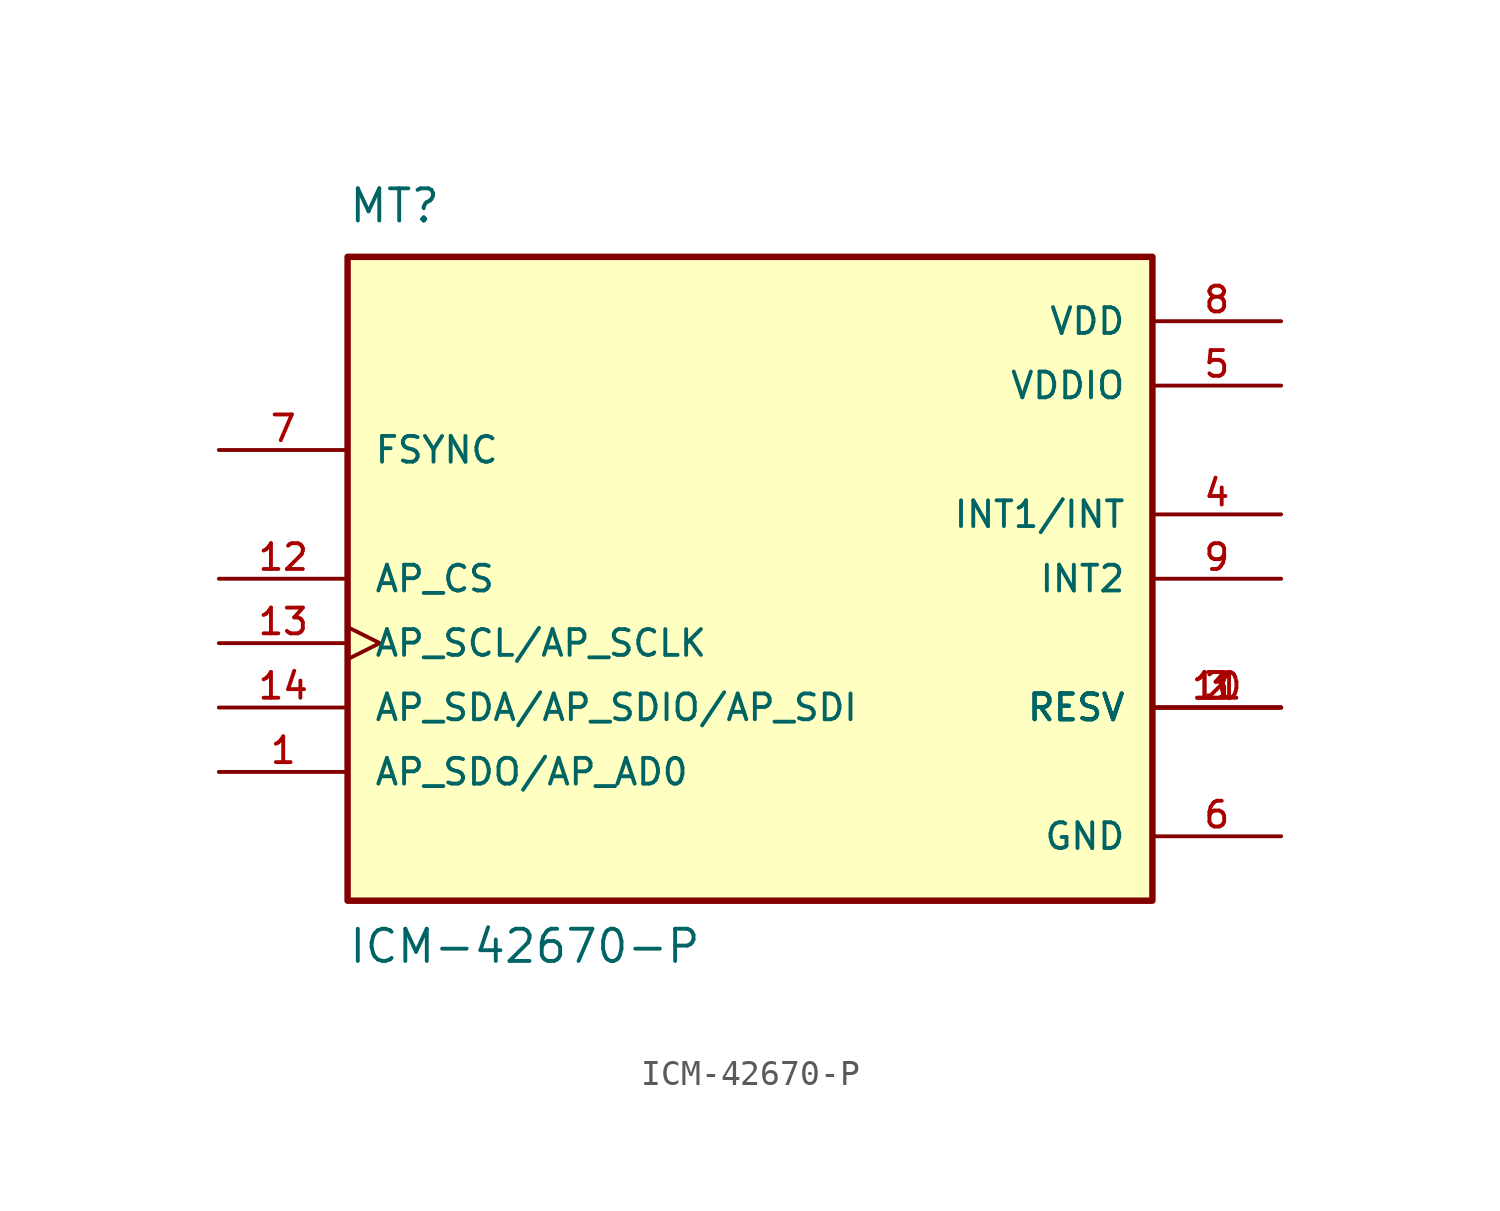
<source format=kicad_sym>
(kicad_symbol_lib
  (version 20241209)
  (generator "kicad_symbol_editor")
  (generator_version "9.0")
  (symbol "ICM-42670-P"
    (pin_names
      (offset 1.016))
    (property "Reference" "MT"
      (at -20.32 13.97 0)
      (effects (font (size 1.27 1.27)) (justify left bottom)))
    (property "Value" "ICM-42670-P"
      (at -20.32 -15.24 0)
      (effects (font (size 1.27 1.27)) (justify left bottom)))
    (symbol "ICM-42670-P_0_0"
      (rectangle (start -20.32 12.7) (end 11.43 -12.7) (stroke (width 0.254) (type default)) (fill (type background)))
      (pin input line (at -25.4 5.08 0) (length 5.08) (name "FSYNC" (effects (font (size 1.016 1.016)))) (number "7" (effects (font (size 1.016 1.016)))))
      (pin input line (at -25.4 0 0) (length 5.08) (name "AP_CS" (effects (font (size 1.016 1.016)))) (number "12" (effects (font (size 1.016 1.016)))))
      (pin input clock (at -25.4 -2.54 0) (length 5.08) (name "AP_SCL/AP_SCLK" (effects (font (size 1.016 1.016)))) (number "13" (effects (font (size 1.016 1.016)))))
      (pin bidirectional line (at -25.4 -5.08 0) (length 5.08) (name "AP_SDA/AP_SDIO/AP_SDI" (effects (font (size 1.016 1.016)))) (number "14" (effects (font (size 1.016 1.016)))))
      (pin bidirectional line (at -25.4 -7.62 0) (length 5.08) (name "AP_SDO/AP_AD0" (effects (font (size 1.016 1.016)))) (number "1" (effects (font (size 1.016 1.016)))))
      (pin power_in line (at 16.51 10.16 180) (length 5.08) (name "VDD" (effects (font (size 1.016 1.016)))) (number "8" (effects (font (size 1.016 1.016)))))
      (pin power_in line (at 16.51 7.62 180) (length 5.08) (name "VDDIO" (effects (font (size 1.016 1.016)))) (number "5" (effects (font (size 1.016 1.016)))))
      (pin output line (at 16.51 2.54 180) (length 5.08) (name "INT1/INT" (effects (font (size 1.016 1.016)))) (number "4" (effects (font (size 1.016 1.016)))))
      (pin output line (at 16.51 0 180) (length 5.08) (name "INT2" (effects (font (size 1.016 1.016)))) (number "9" (effects (font (size 1.016 1.016)))))
      (pin passive line (at 16.51 -5.08 180) (length 5.08) (name "RESV" (effects (font (size 1.016 1.016)))) (number "10" (effects (font (size 1.016 1.016)))))
      (pin passive line (at 16.51 -5.08 180) (length 5.08) (name "RESV" (effects (font (size 1.016 1.016)))) (number "11" (effects (font (size 1.016 1.016)))))
      (pin passive line (at 16.51 -5.08 180) (length 5.08) (name "RESV" (effects (font (size 1.016 1.016)))) (number "2" (effects (font (size 1.016 1.016)))))
      (pin passive line (at 16.51 -5.08 180) (length 5.08) (name "RESV" (effects (font (size 1.016 1.016)))) (number "3" (effects (font (size 1.016 1.016)))))
      (pin power_in line (at 16.51 -10.16 180) (length 5.08) (name "GND" (effects (font (size 1.016 1.016)))) (number "6" (effects (font (size 1.016 1.016))))))))
</source>
